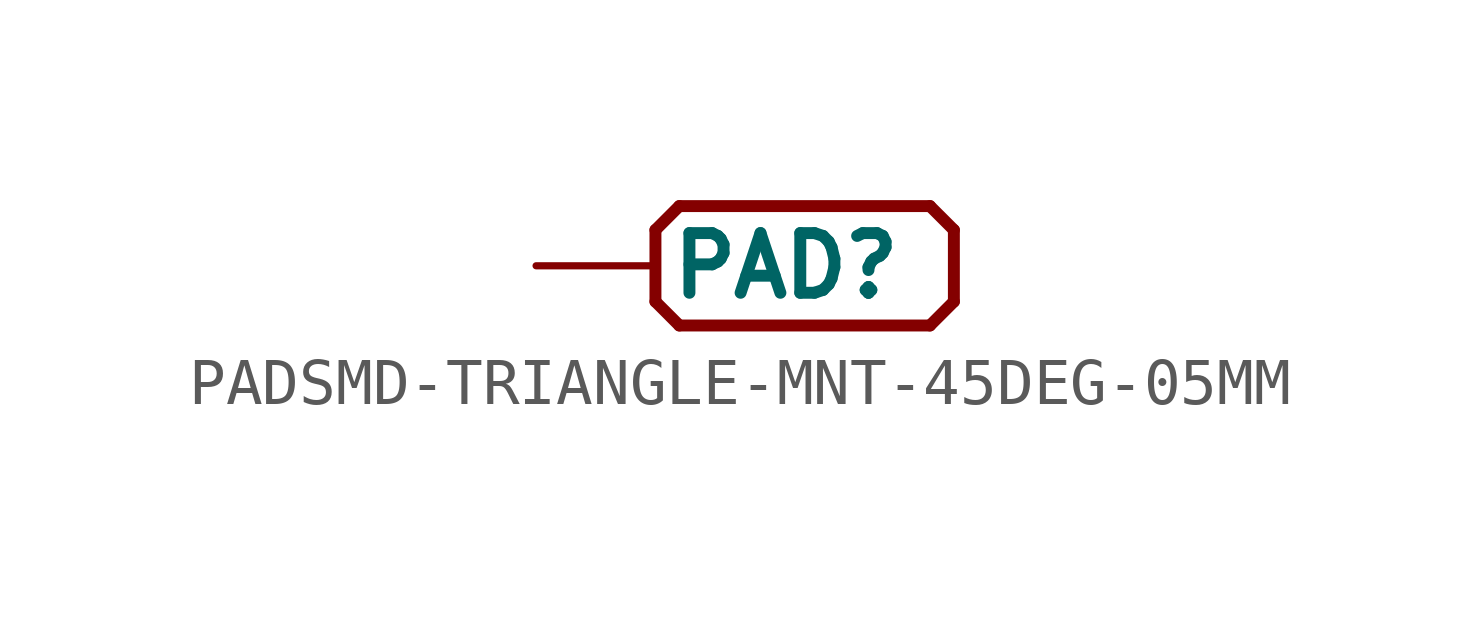
<source format=kicad_sym>
(kicad_symbol_lib
  (version 20211014)
  (generator kicad_symbol_editor)
  (symbol "PADSMD-TRIANGLE-MNT-45DEG-05MM"
    (property "Reference" "PAD"
      (at -2.286 0 0)
      (effects (font (size 1.27 1.27) bold) (justify left)))
    (property "ki_locked" ""
      (at 0 0 0)
      (effects (font (size 1.27 1.27))))
    (symbol "PADSMD-TRIANGLE-MNT-45DEG-05MM_1_0"
      (polyline (pts (xy -2.54 -0.762) (xy -2.54 0.762)) (stroke (width 0.254) (type default) (color 0 0 0 0)) (fill (type none)))
      (polyline (pts (xy -2.54 0.762) (xy -2.032 1.27)) (stroke (width 0.254) (type default) (color 0 0 0 0)) (fill (type none)))
      (polyline (pts (xy -2.032 -1.27) (xy -2.54 -0.762)) (stroke (width 0.254) (type default) (color 0 0 0 0)) (fill (type none)))
      (polyline (pts (xy -2.032 1.27) (xy 3.302 1.27)) (stroke (width 0.254) (type default) (color 0 0 0 0)) (fill (type none)))
      (polyline (pts (xy 3.302 -1.27) (xy -2.032 -1.27)) (stroke (width 0.254) (type default) (color 0 0 0 0)) (fill (type none)))
      (polyline (pts (xy 3.302 1.27) (xy 3.81 0.762)) (stroke (width 0.254) (type default) (color 0 0 0 0)) (fill (type none)))
      (polyline (pts (xy 3.81 -0.762) (xy 3.302 -1.27)) (stroke (width 0.254) (type default) (color 0 0 0 0)) (fill (type none)))
      (polyline (pts (xy 3.81 0.762) (xy 3.81 -0.762)) (stroke (width 0.254) (type default) (color 0 0 0 0)) (fill (type none)))
      (pin bidirectional line (at -5.08 0 0) (length 2.54) (name "PAD" (effects (font (size 0 0)))) (number "1" (effects (font (size 0 0))))))))
</source>
